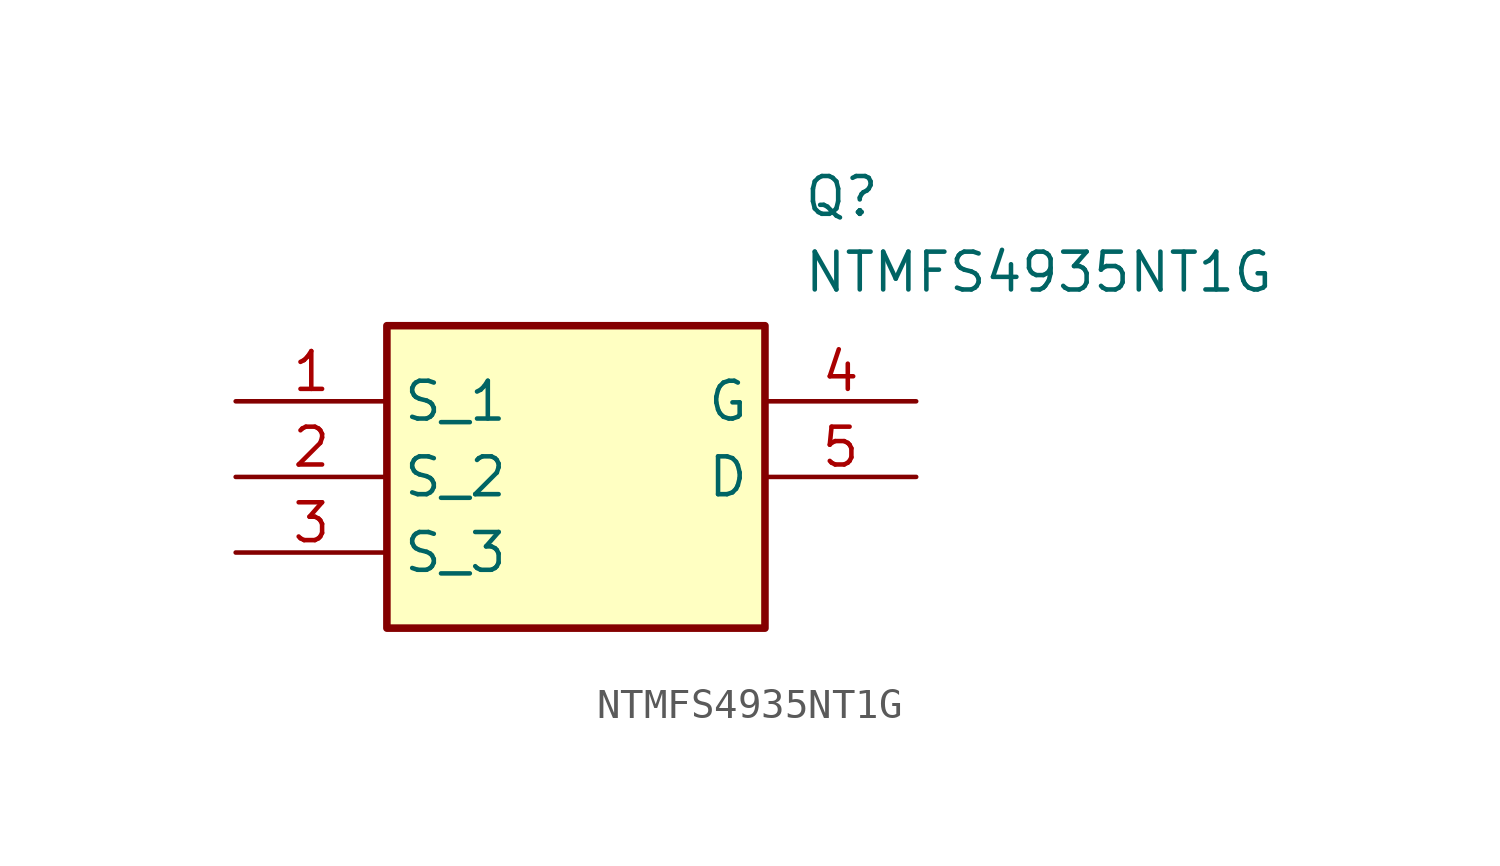
<source format=kicad_sym>
(kicad_symbol_lib
  (version 20211014)
  (generator SamacSys_ECAD_Model)
  (symbol "NTMFS4935NT1G"
    (property "Reference" "Q"
      (at 19.05 7.62 0)
      (effects (font (size 1.27 1.27)) (justify left top)))
    (property "Value" "NTMFS4935NT1G"
      (at 19.05 5.08 0)
      (effects (font (size 1.27 1.27)) (justify left top)))
    (rectangle
      (start 5.08 2.54)
      (end 17.78 -7.62)
      (stroke (width 0.254) (type default))
      (fill (type background)))
    (pin passive line
      (at 0 0 0)
      (length 5.08)
      (name "S_1" (effects (font (size 1.27 1.27))))
      (number "1" (effects (font (size 1.27 1.27)))))
    (pin passive line
      (at 0 -2.54 0)
      (length 5.08)
      (name "S_2" (effects (font (size 1.27 1.27))))
      (number "2" (effects (font (size 1.27 1.27)))))
    (pin passive line
      (at 0 -5.08 0)
      (length 5.08)
      (name "S_3" (effects (font (size 1.27 1.27))))
      (number "3" (effects (font (size 1.27 1.27)))))
    (pin passive line
      (at 22.86 0 180)
      (length 5.08)
      (name "G" (effects (font (size 1.27 1.27))))
      (number "4" (effects (font (size 1.27 1.27)))))
    (pin passive line
      (at 22.86 -2.54 180)
      (length 5.08)
      (name "D" (effects (font (size 1.27 1.27))))
      (number "5" (effects (font (size 1.27 1.27)))))))
</source>
